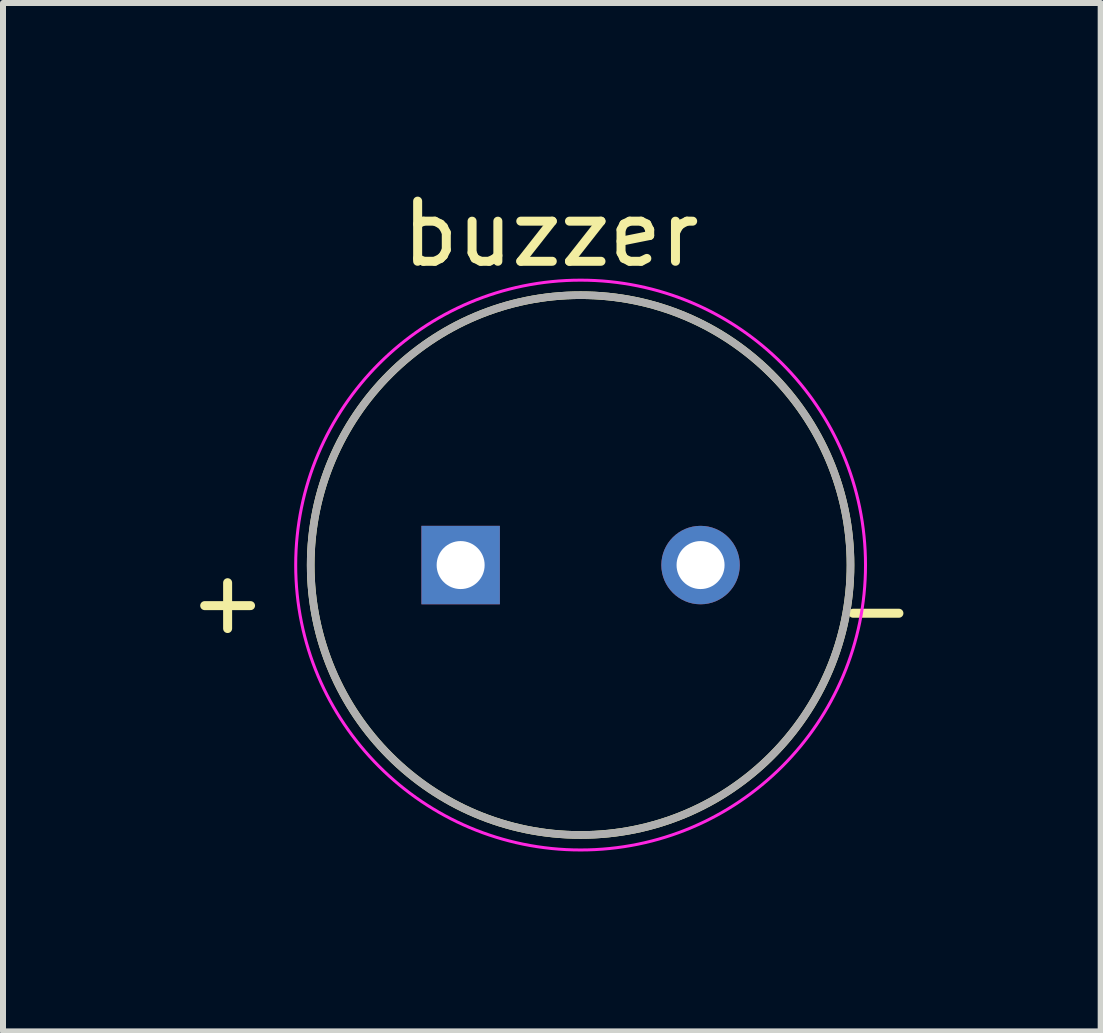
<source format=kicad_pcb>
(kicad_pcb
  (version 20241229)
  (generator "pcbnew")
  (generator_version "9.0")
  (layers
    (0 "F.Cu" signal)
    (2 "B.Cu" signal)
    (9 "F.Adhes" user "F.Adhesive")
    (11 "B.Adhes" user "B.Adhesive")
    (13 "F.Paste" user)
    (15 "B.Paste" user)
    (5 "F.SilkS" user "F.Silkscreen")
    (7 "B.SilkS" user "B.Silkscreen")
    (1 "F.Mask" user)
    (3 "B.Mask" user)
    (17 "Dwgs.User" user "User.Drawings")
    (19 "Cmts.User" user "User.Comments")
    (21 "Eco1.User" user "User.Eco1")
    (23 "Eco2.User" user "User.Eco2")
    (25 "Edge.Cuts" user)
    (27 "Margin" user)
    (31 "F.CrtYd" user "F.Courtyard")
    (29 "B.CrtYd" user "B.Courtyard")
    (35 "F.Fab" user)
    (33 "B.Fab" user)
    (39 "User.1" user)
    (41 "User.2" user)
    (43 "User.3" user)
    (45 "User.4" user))
  (footprint "buzzer"
    (layer "F.Cu")
    (at 6.63 6.371)
    (property "Reference" "buzzer" (at -0.496 -5.521 0) (layer "F.SilkS") (effects (font (size 1.003 1.003) (thickness 0.15))))
    (attr through_hole)
    (fp_circle (center 0 0) (end 4.5 0) (stroke (width 0.127) (type solid)) (fill no) (layer "F.SilkS"))
    (fp_circle (center 0 0) (end 4.75 0) (stroke (width 0.05) (type solid)) (fill no) (layer "F.CrtYd"))
    (fp_circle (center 0 0) (end 4.5 0) (stroke (width 0.127) (type solid)) (fill no) (layer "F.Fab"))
    (fp_text user "+" (at -5.885 0.602 0) (layer "F.SilkS") (effects (font (size 1.003 1.003) (thickness 0.15))))
    (fp_text user "-" (at 4.925 0.729 0) (layer "F.SilkS") (effects (font (size 1.003 1.003) (thickness 0.15))))
    (pad "M" thru_hole circle (at 2 0) (size 1.308 1.308) (drill 0.8) (layers "*.Cu" "*.Mask"))
    (pad "P" thru_hole rect (at -2 0) (size 1.308 1.308) (drill 0.8) (layers "*.Cu" "*.Mask")))
  (gr_rect
    (start -3 -3)
    (end 15.301 14.146)
    (stroke (width 0.1) (type default))
    (fill no)
    (layer "Edge.Cuts")))
</source>
